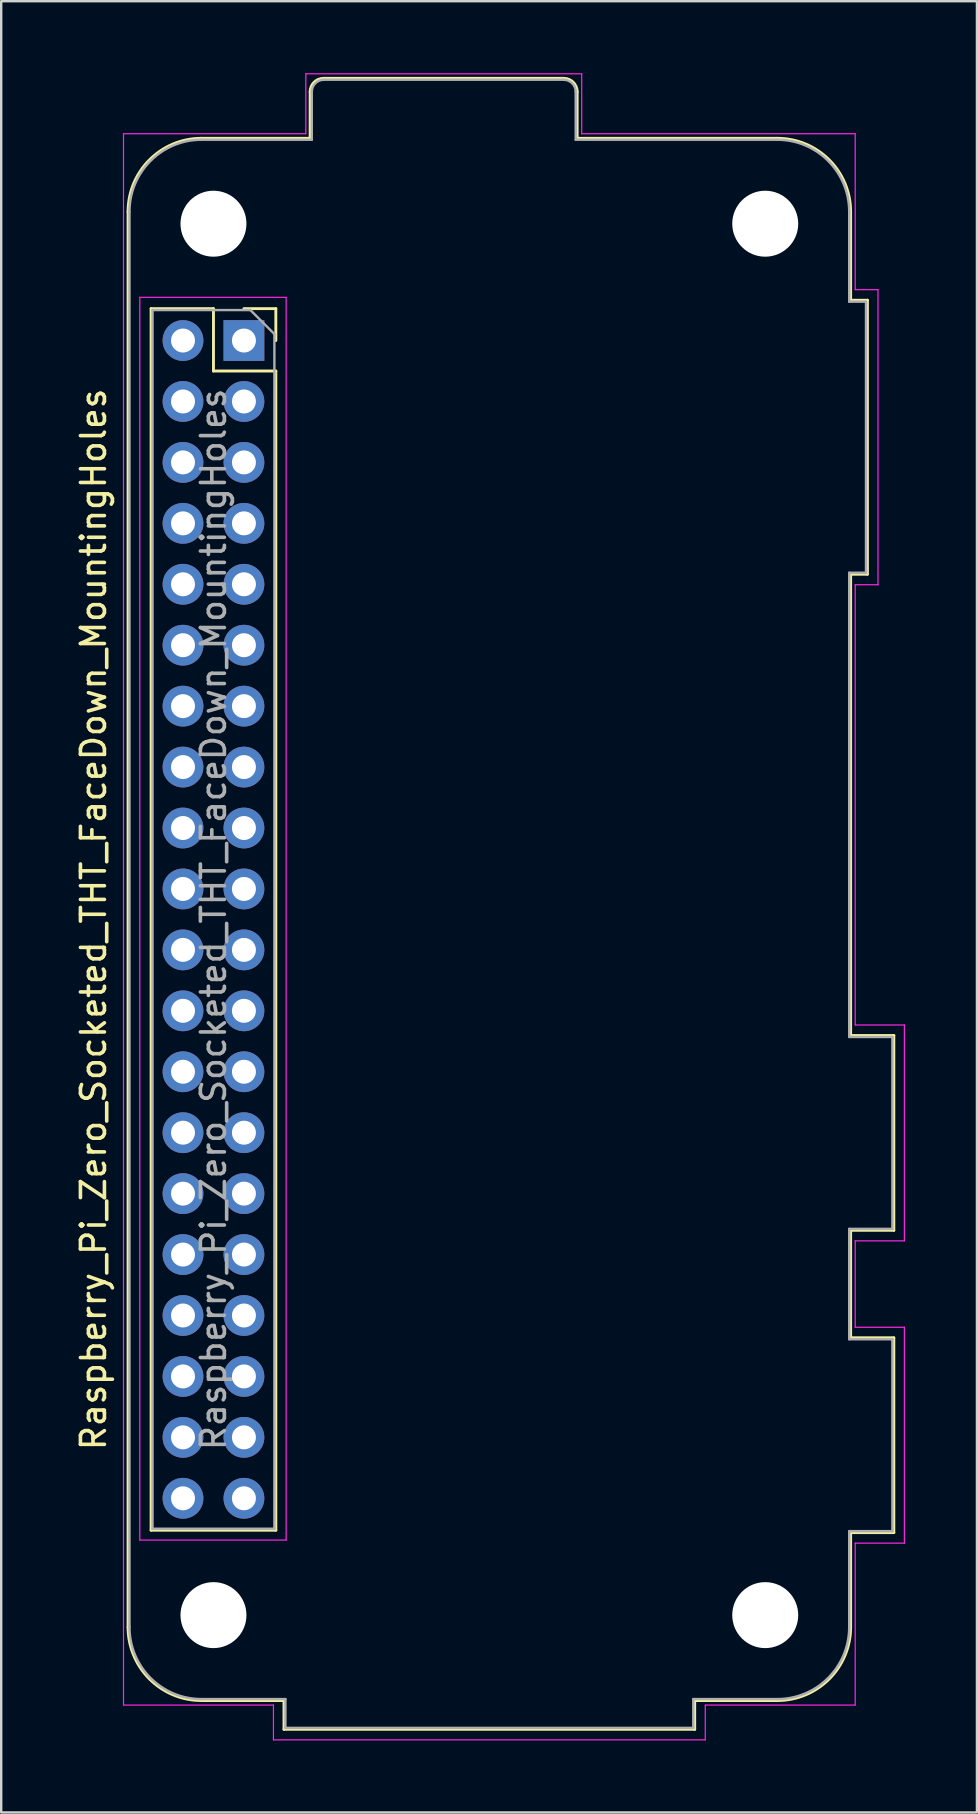
<source format=kicad_pcb>
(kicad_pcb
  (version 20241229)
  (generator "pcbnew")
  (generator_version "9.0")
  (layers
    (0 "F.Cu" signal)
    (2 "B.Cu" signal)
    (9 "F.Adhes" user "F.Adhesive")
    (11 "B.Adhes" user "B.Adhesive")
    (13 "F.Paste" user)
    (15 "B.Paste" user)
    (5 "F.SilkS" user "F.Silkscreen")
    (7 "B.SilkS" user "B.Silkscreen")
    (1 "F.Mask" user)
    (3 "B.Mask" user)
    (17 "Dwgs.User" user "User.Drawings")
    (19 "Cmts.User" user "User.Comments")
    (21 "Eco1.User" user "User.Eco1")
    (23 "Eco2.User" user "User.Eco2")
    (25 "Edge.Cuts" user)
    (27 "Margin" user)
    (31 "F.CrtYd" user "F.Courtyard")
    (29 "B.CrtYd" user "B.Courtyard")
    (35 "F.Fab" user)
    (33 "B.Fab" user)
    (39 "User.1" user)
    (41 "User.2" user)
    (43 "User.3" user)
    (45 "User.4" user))
  (footprint "Raspberry_Pi_Zero_Socketed_THT_FaceDown_MountingHoles"
    (layer "F.Cu")
    (at 7.118 11.145)
    (property "Reference" "Raspberry_Pi_Zero_Socketed_THT_FaceDown_MountingHoles" (at -6.27 24.13 90) (layer "F.SilkS") (effects (font (size 1 1) (thickness 0.15))))
    (attr through_hole)
    (fp_line (start -4.83 53.63) (end -4.83 -5.37) (stroke (width 0.12) (type solid)) (layer "F.SilkS"))
    (fp_line (start -3.87 -1.33) (end -3.87 49.59) (stroke (width 0.12) (type solid)) (layer "F.SilkS"))
    (fp_line (start -3.87 -1.33) (end -1.27 -1.33) (stroke (width 0.12) (type solid)) (layer "F.SilkS"))
    (fp_line (start -3.87 49.59) (end 1.33 49.59) (stroke (width 0.12) (type solid)) (layer "F.SilkS"))
    (fp_line (start -1.77 -8.43) (end 2.76 -8.43) (stroke (width 0.12) (type solid)) (layer "F.SilkS"))
    (fp_line (start -1.27 -1.33) (end -1.27 1.27) (stroke (width 0.12) (type solid)) (layer "F.SilkS"))
    (fp_line (start -1.27 1.27) (end 1.33 1.27) (stroke (width 0.12) (type solid)) (layer "F.SilkS"))
    (fp_line (start 0 -1.33) (end 1.33 -1.33) (stroke (width 0.12) (type solid)) (layer "F.SilkS"))
    (fp_line (start 1.33 -1.33) (end 1.33 0) (stroke (width 0.12) (type solid)) (layer "F.SilkS"))
    (fp_line (start 1.33 1.27) (end 1.33 49.59) (stroke (width 0.12) (type solid)) (layer "F.SilkS"))
    (fp_line (start 1.67 56.69) (end -1.77 56.69) (stroke (width 0.12) (type solid)) (layer "F.SilkS"))
    (fp_line (start 1.67 56.69) (end 1.67 57.89) (stroke (width 0.12) (type solid)) (layer "F.SilkS"))
    (fp_line (start 1.67 57.89) (end 18.79 57.89) (stroke (width 0.12) (type solid)) (layer "F.SilkS"))
    (fp_line (start 2.76 -8.43) (end 2.76 -10.37) (stroke (width 0.12) (type solid)) (layer "F.SilkS"))
    (fp_line (start 3.32 -10.93) (end 13.33 -10.93) (stroke (width 0.12) (type solid)) (layer "F.SilkS"))
    (fp_line (start 13.89 -10.37) (end 13.89 -8.43) (stroke (width 0.12) (type solid)) (layer "F.SilkS"))
    (fp_line (start 13.89 -8.43) (end 22.23 -8.43) (stroke (width 0.12) (type solid)) (layer "F.SilkS"))
    (fp_line (start 18.79 56.69) (end 22.23 56.69) (stroke (width 0.12) (type solid)) (layer "F.SilkS"))
    (fp_line (start 18.79 57.89) (end 18.79 56.69) (stroke (width 0.12) (type solid)) (layer "F.SilkS"))
    (fp_line (start 25.29 -1.68) (end 25.29 -5.37) (stroke (width 0.12) (type solid)) (layer "F.SilkS"))
    (fp_line (start 25.29 9.74) (end 25.99 9.74) (stroke (width 0.12) (type solid)) (layer "F.SilkS"))
    (fp_line (start 25.29 28.97) (end 25.29 9.74) (stroke (width 0.12) (type solid)) (layer "F.SilkS"))
    (fp_line (start 25.29 37.09) (end 27.09 37.09) (stroke (width 0.12) (type solid)) (layer "F.SilkS"))
    (fp_line (start 25.29 41.57) (end 25.29 37.09) (stroke (width 0.12) (type solid)) (layer "F.SilkS"))
    (fp_line (start 25.29 49.69) (end 27.09 49.69) (stroke (width 0.12) (type solid)) (layer "F.SilkS"))
    (fp_line (start 25.29 53.63) (end 25.29 49.69) (stroke (width 0.12) (type solid)) (layer "F.SilkS"))
    (fp_line (start 25.99 -1.68) (end 25.29 -1.68) (stroke (width 0.12) (type solid)) (layer "F.SilkS"))
    (fp_line (start 25.99 9.74) (end 25.99 -1.68) (stroke (width 0.12) (type solid)) (layer "F.SilkS"))
    (fp_line (start 27.09 28.97) (end 25.29 28.97) (stroke (width 0.12) (type solid)) (layer "F.SilkS"))
    (fp_line (start 27.09 37.09) (end 27.09 28.97) (stroke (width 0.12) (type solid)) (layer "F.SilkS"))
    (fp_line (start 27.09 41.57) (end 25.29 41.57) (stroke (width 0.12) (type solid)) (layer "F.SilkS"))
    (fp_line (start 27.09 49.69) (end 27.09 41.57) (stroke (width 0.12) (type solid)) (layer "F.SilkS"))
    (fp_arc (start -4.83 -5.37) (mid -3.933747 -7.533747) (end -1.77 -8.43) (stroke (width 0.12) (type solid)) (layer "F.SilkS"))
    (fp_arc (start -1.77 56.69) (mid -3.933747 55.793747) (end -4.83 53.63) (stroke (width 0.12) (type solid)) (layer "F.SilkS"))
    (fp_arc (start 2.76 -10.37) (mid 2.92402 -10.76598) (end 3.32 -10.93) (stroke (width 0.12) (type solid)) (layer "F.SilkS"))
    (fp_arc (start 13.33 -10.93) (mid 13.72598 -10.76598) (end 13.89 -10.37) (stroke (width 0.12) (type solid)) (layer "F.SilkS"))
    (fp_arc (start 22.23 -8.43) (mid 24.393747 -7.533747) (end 25.29 -5.37) (stroke (width 0.12) (type solid)) (layer "F.SilkS"))
    (fp_arc (start 25.29 53.63) (mid 24.393747 55.793747) (end 22.23 56.69) (stroke (width 0.12) (type solid)) (layer "F.SilkS"))
    (fp_line (start -5.02 -8.62) (end 2.58 -8.62) (stroke (width 0.05) (type solid)) (layer "F.CrtYd"))
    (fp_line (start -5.02 56.88) (end -5.02 -8.62) (stroke (width 0.05) (type solid)) (layer "F.CrtYd"))
    (fp_line (start -5.02 56.88) (end 1.23 56.88) (stroke (width 0.05) (type solid)) (layer "F.CrtYd"))
    (fp_line (start -4.34 -1.8) (end 1.76 -1.8) (stroke (width 0.05) (type solid)) (layer "F.CrtYd"))
    (fp_line (start -4.34 50) (end -4.34 -1.8) (stroke (width 0.05) (type solid)) (layer "F.CrtYd"))
    (fp_line (start 1.23 58.33) (end 1.23 56.88) (stroke (width 0.05) (type solid)) (layer "F.CrtYd"))
    (fp_line (start 1.76 -1.8) (end 1.76 50) (stroke (width 0.05) (type solid)) (layer "F.CrtYd"))
    (fp_line (start 1.76 50) (end -4.34 50) (stroke (width 0.05) (type solid)) (layer "F.CrtYd"))
    (fp_line (start 2.58 -11.12) (end 14.08 -11.12) (stroke (width 0.05) (type solid)) (layer "F.CrtYd"))
    (fp_line (start 2.58 -8.62) (end 2.58 -11.12) (stroke (width 0.05) (type solid)) (layer "F.CrtYd"))
    (fp_line (start 14.08 -11.12) (end 14.08 -8.62) (stroke (width 0.05) (type solid)) (layer "F.CrtYd"))
    (fp_line (start 14.08 -8.62) (end 25.48 -8.62) (stroke (width 0.05) (type solid)) (layer "F.CrtYd"))
    (fp_line (start 19.23 56.88) (end 25.48 56.88) (stroke (width 0.05) (type solid)) (layer "F.CrtYd"))
    (fp_line (start 19.23 58.33) (end 1.23 58.33) (stroke (width 0.05) (type solid)) (layer "F.CrtYd"))
    (fp_line (start 19.23 58.33) (end 19.23 56.88) (stroke (width 0.05) (type solid)) (layer "F.CrtYd"))
    (fp_line (start 25.48 -2.12) (end 25.48 -8.62) (stroke (width 0.05) (type solid)) (layer "F.CrtYd"))
    (fp_line (start 25.48 28.53) (end 25.48 10.18) (stroke (width 0.05) (type solid)) (layer "F.CrtYd"))
    (fp_line (start 25.48 37.53) (end 25.48 41.13) (stroke (width 0.05) (type solid)) (layer "F.CrtYd"))
    (fp_line (start 25.48 50.13) (end 25.48 56.88) (stroke (width 0.05) (type solid)) (layer "F.CrtYd"))
    (fp_line (start 26.43 -2.12) (end 25.48 -2.12) (stroke (width 0.05) (type solid)) (layer "F.CrtYd"))
    (fp_line (start 26.43 -2.12) (end 26.43 10.18) (stroke (width 0.05) (type solid)) (layer "F.CrtYd"))
    (fp_line (start 26.43 10.18) (end 25.48 10.18) (stroke (width 0.05) (type solid)) (layer "F.CrtYd"))
    (fp_line (start 27.53 28.53) (end 25.48 28.53) (stroke (width 0.05) (type solid)) (layer "F.CrtYd"))
    (fp_line (start 27.53 37.53) (end 25.48 37.53) (stroke (width 0.05) (type solid)) (layer "F.CrtYd"))
    (fp_line (start 27.53 37.53) (end 27.53 28.53) (stroke (width 0.05) (type solid)) (layer "F.CrtYd"))
    (fp_line (start 27.53 41.13) (end 25.48 41.13) (stroke (width 0.05) (type solid)) (layer "F.CrtYd"))
    (fp_line (start 27.53 50.13) (end 25.48 50.13) (stroke (width 0.05) (type solid)) (layer "F.CrtYd"))
    (fp_line (start 27.53 50.13) (end 27.53 41.13) (stroke (width 0.05) (type solid)) (layer "F.CrtYd"))
    (fp_line (start -4.77 53.63) (end -4.77 -5.37) (stroke (width 0.1) (type solid)) (layer "F.Fab"))
    (fp_line (start -3.81 -1.27) (end 0.27 -1.27) (stroke (width 0.1) (type solid)) (layer "F.Fab"))
    (fp_line (start -3.81 49.53) (end -3.81 -1.27) (stroke (width 0.1) (type solid)) (layer "F.Fab"))
    (fp_line (start -1.77 -8.37) (end 2.83 -8.37) (stroke (width 0.1) (type solid)) (layer "F.Fab"))
    (fp_line (start -1.77 56.63) (end 1.73 56.63) (stroke (width 0.1) (type solid)) (layer "F.Fab"))
    (fp_line (start 0.27 -1.27) (end 1.27 -0.27) (stroke (width 0.1) (type solid)) (layer "F.Fab"))
    (fp_line (start 1.27 -0.27) (end 1.27 49.53) (stroke (width 0.1) (type solid)) (layer "F.Fab"))
    (fp_line (start 1.27 49.53) (end -3.81 49.53) (stroke (width 0.1) (type solid)) (layer "F.Fab"))
    (fp_line (start 1.73 56.63) (end 1.73 57.83) (stroke (width 0.1) (type solid)) (layer "F.Fab"))
    (fp_line (start 1.73 57.83) (end 18.73 57.83) (stroke (width 0.1) (type solid)) (layer "F.Fab"))
    (fp_line (start 2.83 -10.37) (end 2.83 -8.37) (stroke (width 0.1) (type solid)) (layer "F.Fab"))
    (fp_line (start 3.33 -10.87) (end 13.33 -10.87) (stroke (width 0.1) (type solid)) (layer "F.Fab"))
    (fp_line (start 13.83 -10.37) (end 13.83 -8.37) (stroke (width 0.1) (type solid)) (layer "F.Fab"))
    (fp_line (start 13.83 -8.37) (end 22.23 -8.37) (stroke (width 0.1) (type solid)) (layer "F.Fab"))
    (fp_line (start 18.73 56.63) (end 18.73 57.83) (stroke (width 0.1) (type solid)) (layer "F.Fab"))
    (fp_line (start 22.23 56.63) (end 18.73 56.63) (stroke (width 0.1) (type solid)) (layer "F.Fab"))
    (fp_line (start 25.23 -1.62) (end 25.23 -5.37) (stroke (width 0.1) (type solid)) (layer "F.Fab"))
    (fp_line (start 25.23 -1.62) (end 25.93 -1.62) (stroke (width 0.1) (type solid)) (layer "F.Fab"))
    (fp_line (start 25.23 9.68) (end 25.93 9.68) (stroke (width 0.1) (type solid)) (layer "F.Fab"))
    (fp_line (start 25.23 29.03) (end 25.23 9.68) (stroke (width 0.1) (type solid)) (layer "F.Fab"))
    (fp_line (start 25.23 37.03) (end 27.03 37.03) (stroke (width 0.1) (type solid)) (layer "F.Fab"))
    (fp_line (start 25.23 41.63) (end 25.23 37.03) (stroke (width 0.1) (type solid)) (layer "F.Fab"))
    (fp_line (start 25.23 49.63) (end 25.23 53.63) (stroke (width 0.1) (type solid)) (layer "F.Fab"))
    (fp_line (start 25.23 49.63) (end 27.03 49.63) (stroke (width 0.1) (type solid)) (layer "F.Fab"))
    (fp_line (start 25.93 9.68) (end 25.93 -1.62) (stroke (width 0.1) (type solid)) (layer "F.Fab"))
    (fp_line (start 27.03 29.03) (end 25.23 29.03) (stroke (width 0.1) (type solid)) (layer "F.Fab"))
    (fp_line (start 27.03 37.03) (end 27.03 29.03) (stroke (width 0.1) (type solid)) (layer "F.Fab"))
    (fp_line (start 27.03 41.63) (end 25.23 41.63) (stroke (width 0.1) (type solid)) (layer "F.Fab"))
    (fp_line (start 27.03 49.63) (end 27.03 41.63) (stroke (width 0.1) (type solid)) (layer "F.Fab"))
    (fp_arc (start -4.77 -5.37) (mid -3.89132 -7.49132) (end -1.77 -8.37) (stroke (width 0.1) (type solid)) (layer "F.Fab"))
    (fp_arc (start -1.77 56.63) (mid -3.89132 55.75132) (end -4.77 53.63) (stroke (width 0.1) (type solid)) (layer "F.Fab"))
    (fp_arc (start 2.83 -10.37) (mid 2.976447 -10.723553) (end 3.33 -10.87) (stroke (width 0.1) (type solid)) (layer "F.Fab"))
    (fp_arc (start 13.33 -10.87) (mid 13.683553 -10.723553) (end 13.83 -10.37) (stroke (width 0.1) (type solid)) (layer "F.Fab"))
    (fp_arc (start 22.23 -8.37) (mid 24.35132 -7.49132) (end 25.23 -5.37) (stroke (width 0.1) (type solid)) (layer "F.Fab"))
    (fp_arc (start 25.23 53.63) (mid 24.35132 55.75132) (end 22.23 56.63) (stroke (width 0.1) (type solid)) (layer "F.Fab"))
    (fp_text user "${REFERENCE}" (at -1.27 24.13 90) (layer "F.Fab") (effects (font (size 1 1) (thickness 0.15))))
    (pad "" np_thru_hole circle (at -1.27 -4.87 90) (size 2.75 2.75) (drill 2.75) (layers "*.Cu" "*.Mask"))
    (pad "" np_thru_hole circle (at -1.27 53.13 90) (size 2.75 2.75) (drill 2.75) (layers "*.Cu" "*.Mask"))
    (pad "" np_thru_hole circle (at 21.73 -4.87 90) (size 2.75 2.75) (drill 2.75) (layers "*.Cu" "*.Mask"))
    (pad "" np_thru_hole circle (at 21.73 53.13 90) (size 2.75 2.75) (drill 2.75) (layers "*.Cu" "*.Mask"))
    (pad "1" thru_hole rect (at 0 0) (size 1.7 1.7) (drill 1) (layers "*.Cu" "*.Mask"))
    (pad "2" thru_hole oval (at -2.54 0) (size 1.7 1.7) (drill 1) (layers "*.Cu" "*.Mask"))
    (pad "3" thru_hole oval (at 0 2.54) (size 1.7 1.7) (drill 1) (layers "*.Cu" "*.Mask"))
    (pad "4" thru_hole oval (at -2.54 2.54) (size 1.7 1.7) (drill 1) (layers "*.Cu" "*.Mask"))
    (pad "5" thru_hole oval (at 0 5.08) (size 1.7 1.7) (drill 1) (layers "*.Cu" "*.Mask"))
    (pad "6" thru_hole oval (at -2.54 5.08) (size 1.7 1.7) (drill 1) (layers "*.Cu" "*.Mask"))
    (pad "7" thru_hole oval (at 0 7.62) (size 1.7 1.7) (drill 1) (layers "*.Cu" "*.Mask"))
    (pad "8" thru_hole oval (at -2.54 7.62) (size 1.7 1.7) (drill 1) (layers "*.Cu" "*.Mask"))
    (pad "9" thru_hole oval (at 0 10.16) (size 1.7 1.7) (drill 1) (layers "*.Cu" "*.Mask"))
    (pad "10" thru_hole oval (at -2.54 10.16) (size 1.7 1.7) (drill 1) (layers "*.Cu" "*.Mask"))
    (pad "11" thru_hole oval (at 0 12.7) (size 1.7 1.7) (drill 1) (layers "*.Cu" "*.Mask"))
    (pad "12" thru_hole oval (at -2.54 12.7) (size 1.7 1.7) (drill 1) (layers "*.Cu" "*.Mask"))
    (pad "13" thru_hole oval (at 0 15.24) (size 1.7 1.7) (drill 1) (layers "*.Cu" "*.Mask"))
    (pad "14" thru_hole oval (at -2.54 15.24) (size 1.7 1.7) (drill 1) (layers "*.Cu" "*.Mask"))
    (pad "15" thru_hole oval (at 0 17.78) (size 1.7 1.7) (drill 1) (layers "*.Cu" "*.Mask"))
    (pad "16" thru_hole oval (at -2.54 17.78) (size 1.7 1.7) (drill 1) (layers "*.Cu" "*.Mask"))
    (pad "17" thru_hole oval (at 0 20.32) (size 1.7 1.7) (drill 1) (layers "*.Cu" "*.Mask"))
    (pad "18" thru_hole oval (at -2.54 20.32) (size 1.7 1.7) (drill 1) (layers "*.Cu" "*.Mask"))
    (pad "19" thru_hole oval (at 0 22.86) (size 1.7 1.7) (drill 1) (layers "*.Cu" "*.Mask"))
    (pad "20" thru_hole oval (at -2.54 22.86) (size 1.7 1.7) (drill 1) (layers "*.Cu" "*.Mask"))
    (pad "21" thru_hole oval (at 0 25.4) (size 1.7 1.7) (drill 1) (layers "*.Cu" "*.Mask"))
    (pad "22" thru_hole oval (at -2.54 25.4) (size 1.7 1.7) (drill 1) (layers "*.Cu" "*.Mask"))
    (pad "23" thru_hole oval (at 0 27.94) (size 1.7 1.7) (drill 1) (layers "*.Cu" "*.Mask"))
    (pad "24" thru_hole oval (at -2.54 27.94) (size 1.7 1.7) (drill 1) (layers "*.Cu" "*.Mask"))
    (pad "25" thru_hole oval (at 0 30.48) (size 1.7 1.7) (drill 1) (layers "*.Cu" "*.Mask"))
    (pad "26" thru_hole oval (at -2.54 30.48) (size 1.7 1.7) (drill 1) (layers "*.Cu" "*.Mask"))
    (pad "27" thru_hole oval (at 0 33.02) (size 1.7 1.7) (drill 1) (layers "*.Cu" "*.Mask"))
    (pad "28" thru_hole oval (at -2.54 33.02) (size 1.7 1.7) (drill 1) (layers "*.Cu" "*.Mask"))
    (pad "29" thru_hole oval (at 0 35.56) (size 1.7 1.7) (drill 1) (layers "*.Cu" "*.Mask"))
    (pad "30" thru_hole oval (at -2.54 35.56) (size 1.7 1.7) (drill 1) (layers "*.Cu" "*.Mask"))
    (pad "31" thru_hole oval (at 0 38.1) (size 1.7 1.7) (drill 1) (layers "*.Cu" "*.Mask"))
    (pad "32" thru_hole oval (at -2.54 38.1) (size 1.7 1.7) (drill 1) (layers "*.Cu" "*.Mask"))
    (pad "33" thru_hole oval (at 0 40.64) (size 1.7 1.7) (drill 1) (layers "*.Cu" "*.Mask"))
    (pad "34" thru_hole oval (at -2.54 40.64) (size 1.7 1.7) (drill 1) (layers "*.Cu" "*.Mask"))
    (pad "35" thru_hole oval (at 0 43.18) (size 1.7 1.7) (drill 1) (layers "*.Cu" "*.Mask"))
    (pad "36" thru_hole oval (at -2.54 43.18) (size 1.7 1.7) (drill 1) (layers "*.Cu" "*.Mask"))
    (pad "37" thru_hole oval (at 0 45.72) (size 1.7 1.7) (drill 1) (layers "*.Cu" "*.Mask"))
    (pad "38" thru_hole oval (at -2.54 45.72) (size 1.7 1.7) (drill 1) (layers "*.Cu" "*.Mask"))
    (pad "39" thru_hole oval (at 0 48.26) (size 1.7 1.7) (drill 1) (layers "*.Cu" "*.Mask"))
    (pad "40" thru_hole oval (at -2.54 48.26) (size 1.7 1.7) (drill 1) (layers "*.Cu" "*.Mask")))
  (gr_rect
    (start -3 -3)
    (end 37.673 72.5)
    (stroke (width 0.1) (type default))
    (fill no)
    (layer "Edge.Cuts")))
</source>
